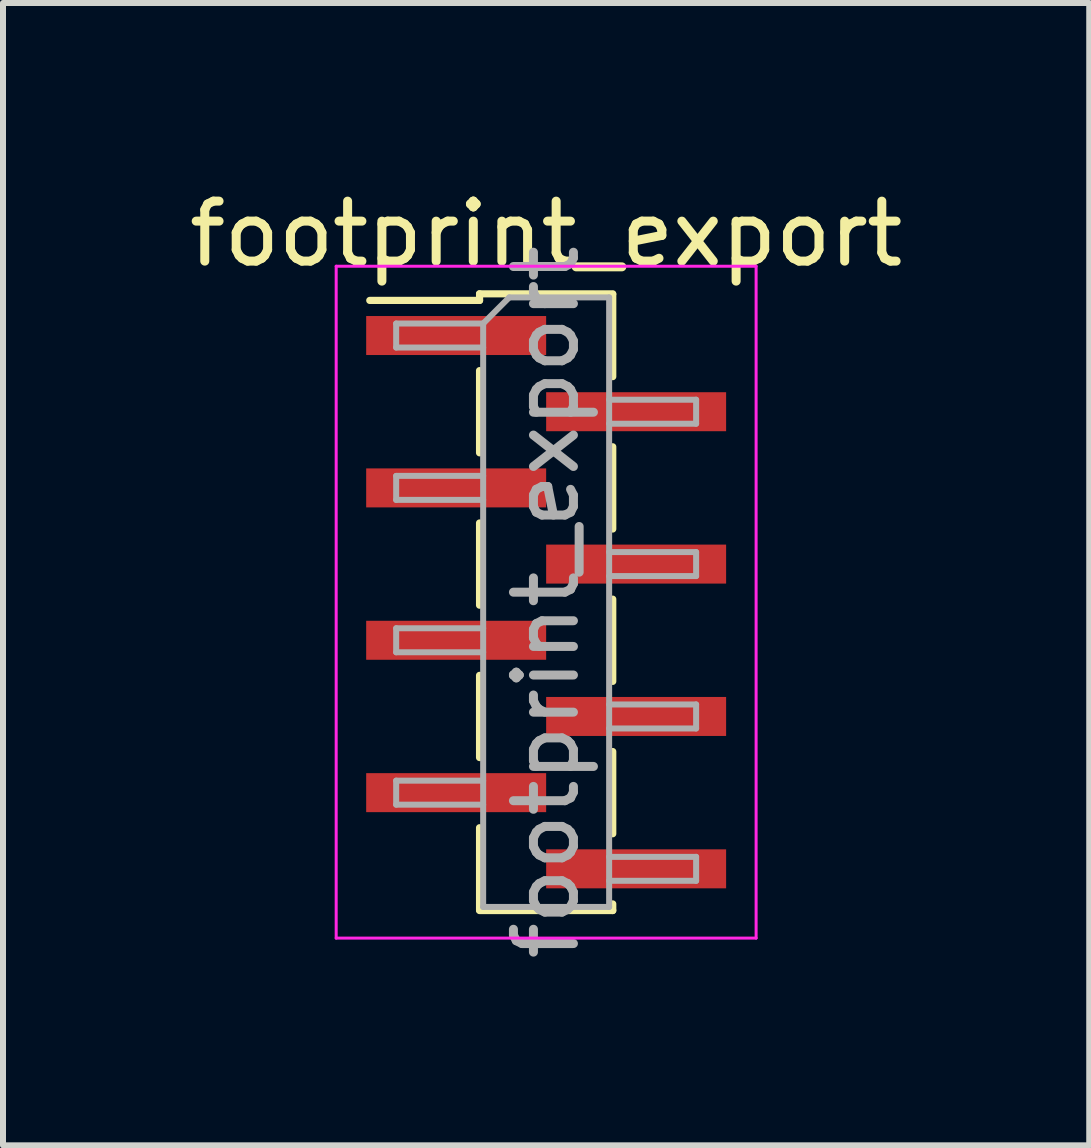
<source format=kicad_pcb>
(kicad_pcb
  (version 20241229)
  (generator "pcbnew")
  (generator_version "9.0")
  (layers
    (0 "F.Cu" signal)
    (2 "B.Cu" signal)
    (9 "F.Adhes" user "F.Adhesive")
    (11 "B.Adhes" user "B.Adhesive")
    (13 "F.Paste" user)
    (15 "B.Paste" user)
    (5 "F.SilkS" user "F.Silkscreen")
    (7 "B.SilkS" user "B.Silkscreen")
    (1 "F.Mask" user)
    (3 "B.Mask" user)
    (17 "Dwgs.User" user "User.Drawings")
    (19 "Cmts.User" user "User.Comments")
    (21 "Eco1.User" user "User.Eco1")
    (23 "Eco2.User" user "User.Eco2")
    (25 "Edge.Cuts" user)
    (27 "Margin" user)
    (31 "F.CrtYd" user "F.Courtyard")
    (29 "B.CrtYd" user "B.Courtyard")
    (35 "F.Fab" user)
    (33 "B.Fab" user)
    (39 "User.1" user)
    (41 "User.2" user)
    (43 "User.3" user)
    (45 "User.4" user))
  (footprint "footprint_export"
    (layer "F.Cu")
    (at 6.054 6.988)
    (property "Reference" "footprint_export" (at 0 -6.14 0) (layer "F.SilkS") (effects (font (size 1 1) (thickness 0.15))))
    (attr smd)
    (fp_line (start -1.11 -5.14) (end -1.11 -5.03) (stroke (width 0.12) (type solid)) (layer "F.SilkS"))
    (fp_line (start -1.11 -5.14) (end 1.11 -5.14) (stroke (width 0.12) (type solid)) (layer "F.SilkS"))
    (fp_line (start -1.11 -5.03) (end -2.94 -5.03) (stroke (width 0.12) (type solid)) (layer "F.SilkS"))
    (fp_line (start -1.11 -3.86) (end -1.11 -2.49) (stroke (width 0.12) (type solid)) (layer "F.SilkS"))
    (fp_line (start -1.11 -1.32) (end -1.11 0.05) (stroke (width 0.12) (type solid)) (layer "F.SilkS"))
    (fp_line (start -1.11 1.22) (end -1.11 2.59) (stroke (width 0.12) (type solid)) (layer "F.SilkS"))
    (fp_line (start -1.11 3.76) (end -1.11 5.13) (stroke (width 0.12) (type solid)) (layer "F.SilkS"))
    (fp_line (start -1.11 5.14) (end 1.11 5.14) (stroke (width 0.12) (type solid)) (layer "F.SilkS"))
    (fp_line (start 1.11 -5.13) (end 1.11 -3.76) (stroke (width 0.12) (type solid)) (layer "F.SilkS"))
    (fp_line (start 1.11 -2.59) (end 1.11 -1.22) (stroke (width 0.12) (type solid)) (layer "F.SilkS"))
    (fp_line (start 1.11 -0.05) (end 1.11 1.32) (stroke (width 0.12) (type solid)) (layer "F.SilkS"))
    (fp_line (start 1.11 2.49) (end 1.11 3.86) (stroke (width 0.12) (type solid)) (layer "F.SilkS"))
    (fp_line (start 1.11 5.03) (end 1.11 5.14) (stroke (width 0.12) (type solid)) (layer "F.SilkS"))
    (fp_line (start -3.5 -5.6) (end -3.5 5.6) (stroke (width 0.05) (type solid)) (layer "F.CrtYd"))
    (fp_line (start -3.5 5.6) (end 3.5 5.6) (stroke (width 0.05) (type solid)) (layer "F.CrtYd"))
    (fp_line (start 3.5 -5.6) (end -3.5 -5.6) (stroke (width 0.05) (type solid)) (layer "F.CrtYd"))
    (fp_line (start 3.5 5.6) (end 3.5 -5.6) (stroke (width 0.05) (type solid)) (layer "F.CrtYd"))
    (fp_line (start -2.5 -4.645) (end -2.5 -4.245) (stroke (width 0.1) (type solid)) (layer "F.Fab"))
    (fp_line (start -2.5 -4.245) (end -1.05 -4.245) (stroke (width 0.1) (type solid)) (layer "F.Fab"))
    (fp_line (start -2.5 -2.105) (end -2.5 -1.705) (stroke (width 0.1) (type solid)) (layer "F.Fab"))
    (fp_line (start -2.5 -1.705) (end -1.05 -1.705) (stroke (width 0.1) (type solid)) (layer "F.Fab"))
    (fp_line (start -2.5 0.435) (end -2.5 0.835) (stroke (width 0.1) (type solid)) (layer "F.Fab"))
    (fp_line (start -2.5 0.835) (end -1.05 0.835) (stroke (width 0.1) (type solid)) (layer "F.Fab"))
    (fp_line (start -2.5 2.975) (end -2.5 3.375) (stroke (width 0.1) (type solid)) (layer "F.Fab"))
    (fp_line (start -2.5 3.375) (end -1.05 3.375) (stroke (width 0.1) (type solid)) (layer "F.Fab"))
    (fp_line (start -1.05 -4.645) (end -2.5 -4.645) (stroke (width 0.1) (type solid)) (layer "F.Fab"))
    (fp_line (start -1.05 -4.645) (end -0.615 -5.08) (stroke (width 0.1) (type solid)) (layer "F.Fab"))
    (fp_line (start -1.05 -2.105) (end -2.5 -2.105) (stroke (width 0.1) (type solid)) (layer "F.Fab"))
    (fp_line (start -1.05 0.435) (end -2.5 0.435) (stroke (width 0.1) (type solid)) (layer "F.Fab"))
    (fp_line (start -1.05 2.975) (end -2.5 2.975) (stroke (width 0.1) (type solid)) (layer "F.Fab"))
    (fp_line (start -1.05 5.08) (end -1.05 -4.645) (stroke (width 0.1) (type solid)) (layer "F.Fab"))
    (fp_line (start -0.615 -5.08) (end 1.05 -5.08) (stroke (width 0.1) (type solid)) (layer "F.Fab"))
    (fp_line (start 1.05 -5.08) (end 1.05 5.08) (stroke (width 0.1) (type solid)) (layer "F.Fab"))
    (fp_line (start 1.05 -3.375) (end 2.5 -3.375) (stroke (width 0.1) (type solid)) (layer "F.Fab"))
    (fp_line (start 1.05 -0.835) (end 2.5 -0.835) (stroke (width 0.1) (type solid)) (layer "F.Fab"))
    (fp_line (start 1.05 1.705) (end 2.5 1.705) (stroke (width 0.1) (type solid)) (layer "F.Fab"))
    (fp_line (start 1.05 4.245) (end 2.5 4.245) (stroke (width 0.1) (type solid)) (layer "F.Fab"))
    (fp_line (start 1.05 5.08) (end -1.05 5.08) (stroke (width 0.1) (type solid)) (layer "F.Fab"))
    (fp_line (start 2.5 -3.375) (end 2.5 -2.975) (stroke (width 0.1) (type solid)) (layer "F.Fab"))
    (fp_line (start 2.5 -2.975) (end 1.05 -2.975) (stroke (width 0.1) (type solid)) (layer "F.Fab"))
    (fp_line (start 2.5 -0.835) (end 2.5 -0.435) (stroke (width 0.1) (type solid)) (layer "F.Fab"))
    (fp_line (start 2.5 -0.435) (end 1.05 -0.435) (stroke (width 0.1) (type solid)) (layer "F.Fab"))
    (fp_line (start 2.5 1.705) (end 2.5 2.105) (stroke (width 0.1) (type solid)) (layer "F.Fab"))
    (fp_line (start 2.5 2.105) (end 1.05 2.105) (stroke (width 0.1) (type solid)) (layer "F.Fab"))
    (fp_line (start 2.5 4.245) (end 2.5 4.645) (stroke (width 0.1) (type solid)) (layer "F.Fab"))
    (fp_line (start 2.5 4.645) (end 1.05 4.645) (stroke (width 0.1) (type solid)) (layer "F.Fab"))
    (fp_text user "${REFERENCE}" (at 0 0 90) (layer "F.Fab") (effects (font (size 1 1) (thickness 0.15))))
    (pad "1" smd rect (at -1.5 -4.445) (size 3 0.65) (layers "F.Cu" "F.Mask" "F.Paste"))
    (pad "2" smd rect (at 1.5 -3.175) (size 3 0.65) (layers "F.Cu" "F.Mask" "F.Paste"))
    (pad "3" smd rect (at -1.5 -1.905) (size 3 0.65) (layers "F.Cu" "F.Mask" "F.Paste"))
    (pad "4" smd rect (at 1.5 -0.635) (size 3 0.65) (layers "F.Cu" "F.Mask" "F.Paste"))
    (pad "5" smd rect (at -1.5 0.635) (size 3 0.65) (layers "F.Cu" "F.Mask" "F.Paste"))
    (pad "6" smd rect (at 1.5 1.905) (size 3 0.65) (layers "F.Cu" "F.Mask" "F.Paste"))
    (pad "7" smd rect (at -1.5 3.175) (size 3 0.65) (layers "F.Cu" "F.Mask" "F.Paste"))
    (pad "8" smd rect (at 1.5 4.445) (size 3 0.65) (layers "F.Cu" "F.Mask" "F.Paste")))
  (gr_rect
    (start -3 -3)
    (end 15.107 16.042)
    (stroke (width 0.1) (type default))
    (fill no)
    (layer "Edge.Cuts")))
</source>
